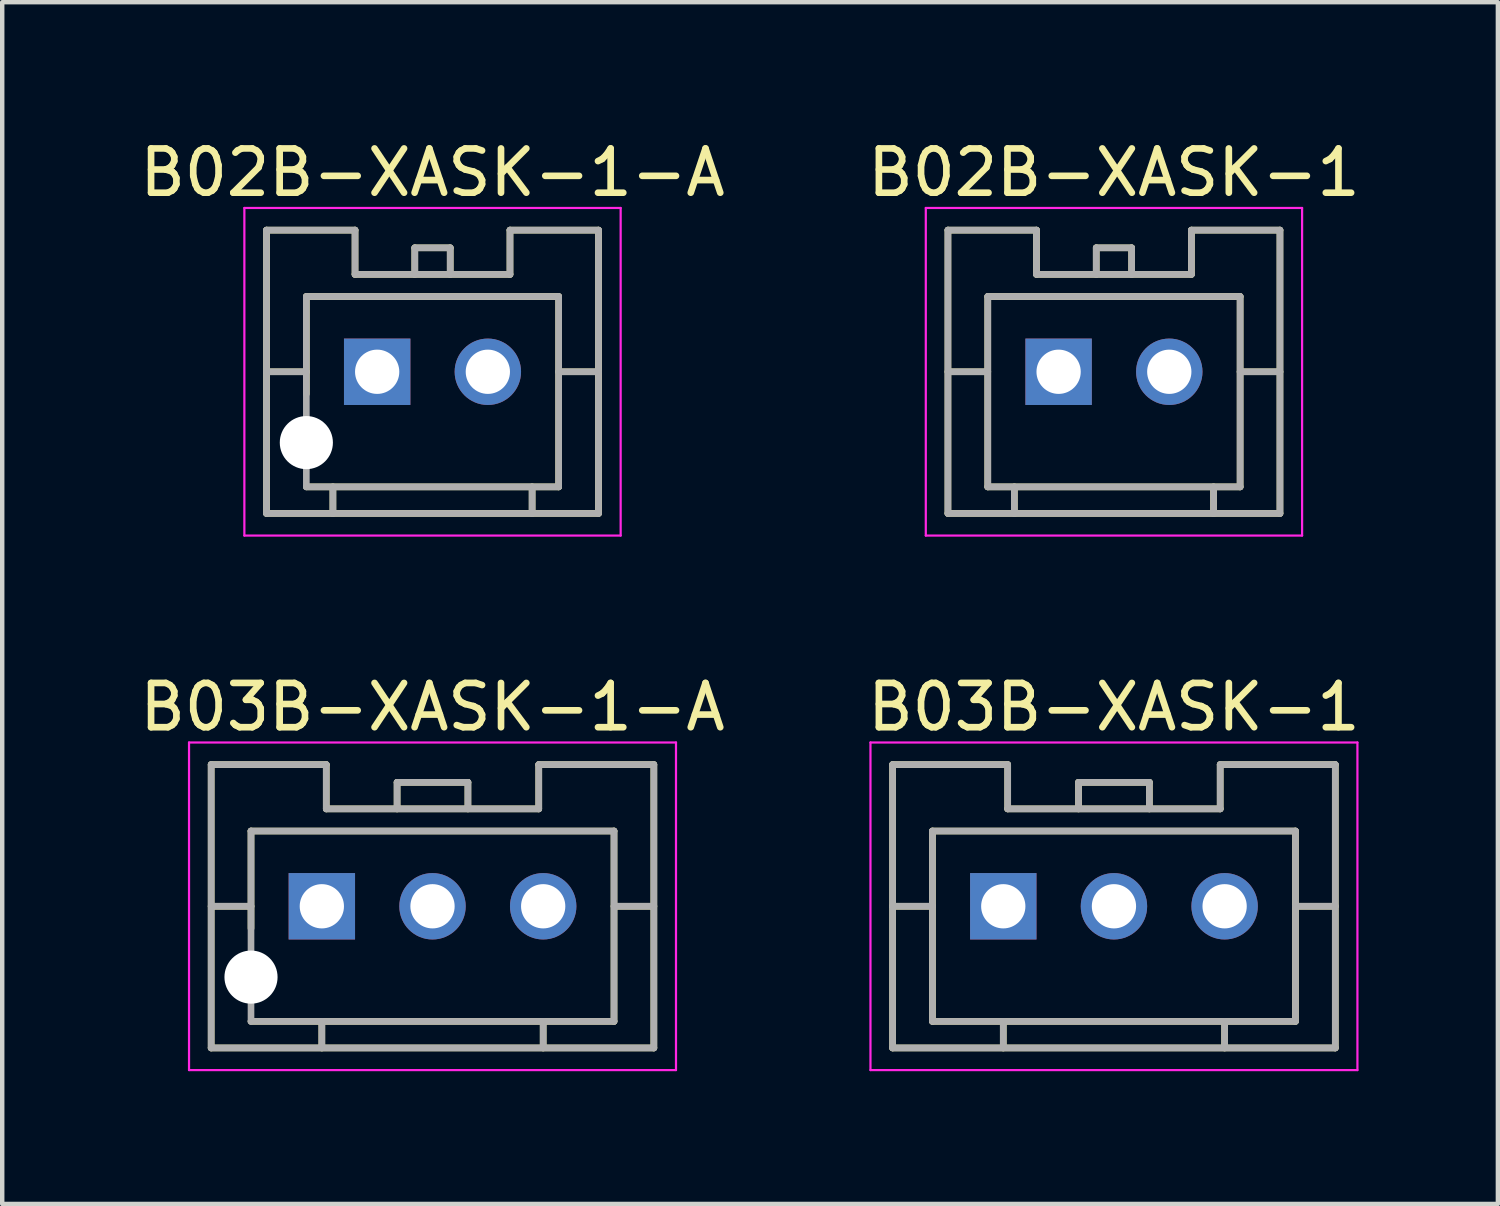
<source format=kicad_pcb>
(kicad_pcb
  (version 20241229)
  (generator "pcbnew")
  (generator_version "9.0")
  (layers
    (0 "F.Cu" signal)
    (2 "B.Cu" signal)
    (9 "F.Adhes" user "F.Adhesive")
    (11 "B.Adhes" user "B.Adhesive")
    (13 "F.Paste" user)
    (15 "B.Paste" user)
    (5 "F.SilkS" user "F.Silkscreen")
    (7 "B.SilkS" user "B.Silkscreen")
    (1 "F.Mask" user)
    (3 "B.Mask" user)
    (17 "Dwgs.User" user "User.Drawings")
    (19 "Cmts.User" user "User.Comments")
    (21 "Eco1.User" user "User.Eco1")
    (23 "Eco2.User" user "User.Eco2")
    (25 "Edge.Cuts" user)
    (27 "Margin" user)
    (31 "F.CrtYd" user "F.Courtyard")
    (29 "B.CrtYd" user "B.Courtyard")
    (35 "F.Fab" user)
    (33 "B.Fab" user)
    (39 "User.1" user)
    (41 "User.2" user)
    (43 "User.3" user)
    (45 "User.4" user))
  (footprint "B02B-XASK-1-A"
    (layer "F.Cu")
    (at 6.72 5.348)
    (property "Reference" "B02B-XASK-1-A" (at 0 -4.5 0) (layer "F.SilkS") (effects (font (size 1 1) (thickness 0.15))))
    (attr smd)
    (fp_line (start -3.75 -3.2) (end -3.75 3.2) (stroke (width 0.15) (type solid)) (layer "F.SilkS"))
    (fp_line (start -3.75 -3.2) (end -1.75 -3.2) (stroke (width 0.15) (type solid)) (layer "F.SilkS"))
    (fp_line (start -3.75 0) (end -2.85 0) (stroke (width 0.15) (type solid)) (layer "F.SilkS"))
    (fp_line (start -3.75 3.2) (end 3.75 3.2) (stroke (width 0.15) (type solid)) (layer "F.SilkS"))
    (fp_line (start -2.85 -1.7) (end -2.85 0.5) (stroke (width 0.15) (type solid)) (layer "F.SilkS"))
    (fp_line (start -2.85 -1.7) (end 2.85 -1.7) (stroke (width 0.15) (type solid)) (layer "F.SilkS"))
    (fp_line (start -2.85 2.6) (end 2.85 2.6) (stroke (width 0.15) (type solid)) (layer "F.SilkS"))
    (fp_line (start -2.25 2.6) (end -2.25 3.2) (stroke (width 0.15) (type solid)) (layer "F.SilkS"))
    (fp_line (start -1.75 -3.2) (end -1.75 -2.2) (stroke (width 0.15) (type solid)) (layer "F.SilkS"))
    (fp_line (start -1.75 -2.2) (end 1.75 -2.2) (stroke (width 0.15) (type solid)) (layer "F.SilkS"))
    (fp_line (start -0.4 -2.8) (end -0.4 -2.2) (stroke (width 0.15) (type solid)) (layer "F.SilkS"))
    (fp_line (start -0.4 -2.8) (end 0.4 -2.8) (stroke (width 0.15) (type solid)) (layer "F.SilkS"))
    (fp_line (start 0.4 -2.8) (end 0.4 -2.2) (stroke (width 0.15) (type solid)) (layer "F.SilkS"))
    (fp_line (start 1.75 -3.2) (end 1.75 -2.2) (stroke (width 0.15) (type solid)) (layer "F.SilkS"))
    (fp_line (start 1.75 -3.2) (end 3.75 -3.2) (stroke (width 0.15) (type solid)) (layer "F.SilkS"))
    (fp_line (start 2.25 2.6) (end 2.25 3.2) (stroke (width 0.15) (type solid)) (layer "F.SilkS"))
    (fp_line (start 2.85 -1.7) (end 2.85 2.6) (stroke (width 0.15) (type solid)) (layer "F.SilkS"))
    (fp_line (start 2.85 0) (end 3.75 0) (stroke (width 0.15) (type solid)) (layer "F.SilkS"))
    (fp_line (start 3.75 -3.2) (end 3.75 3.2) (stroke (width 0.15) (type solid)) (layer "F.SilkS"))
    (fp_line (start -4.25 -3.7) (end -4.25 3.7) (stroke (width 0.05) (type solid)) (layer "F.CrtYd"))
    (fp_line (start -4.25 -3.7) (end 4.25 -3.7) (stroke (width 0.05) (type solid)) (layer "F.CrtYd"))
    (fp_line (start -4.25 3.7) (end 4.25 3.7) (stroke (width 0.05) (type solid)) (layer "F.CrtYd"))
    (fp_line (start 4.25 -3.7) (end 4.25 3.7) (stroke (width 0.05) (type solid)) (layer "F.CrtYd"))
    (fp_line (start -3.75 -3.2) (end -3.75 3.2) (stroke (width 0.15) (type solid)) (layer "F.Fab"))
    (fp_line (start -3.75 -3.2) (end -1.75 -3.2) (stroke (width 0.15) (type solid)) (layer "F.Fab"))
    (fp_line (start -3.75 0) (end -2.85 0) (stroke (width 0.15) (type solid)) (layer "F.Fab"))
    (fp_line (start -3.75 3.2) (end 3.75 3.2) (stroke (width 0.15) (type solid)) (layer "F.Fab"))
    (fp_line (start -2.85 -1.7) (end -2.85 2.6) (stroke (width 0.15) (type solid)) (layer "F.Fab"))
    (fp_line (start -2.85 -1.7) (end 2.85 -1.7) (stroke (width 0.15) (type solid)) (layer "F.Fab"))
    (fp_line (start -2.85 2.6) (end 2.85 2.6) (stroke (width 0.15) (type solid)) (layer "F.Fab"))
    (fp_line (start -2.25 2.6) (end -2.25 3.2) (stroke (width 0.15) (type solid)) (layer "F.Fab"))
    (fp_line (start -1.75 -3.2) (end -1.75 -2.2) (stroke (width 0.15) (type solid)) (layer "F.Fab"))
    (fp_line (start -1.75 -2.2) (end 1.75 -2.2) (stroke (width 0.15) (type solid)) (layer "F.Fab"))
    (fp_line (start -0.4 -2.8) (end -0.4 -2.2) (stroke (width 0.15) (type solid)) (layer "F.Fab"))
    (fp_line (start -0.4 -2.8) (end 0.4 -2.8) (stroke (width 0.15) (type solid)) (layer "F.Fab"))
    (fp_line (start 0.4 -2.8) (end 0.4 -2.2) (stroke (width 0.15) (type solid)) (layer "F.Fab"))
    (fp_line (start 1.75 -3.2) (end 1.75 -2.2) (stroke (width 0.15) (type solid)) (layer "F.Fab"))
    (fp_line (start 1.75 -3.2) (end 3.75 -3.2) (stroke (width 0.15) (type solid)) (layer "F.Fab"))
    (fp_line (start 2.25 2.6) (end 2.25 3.2) (stroke (width 0.15) (type solid)) (layer "F.Fab"))
    (fp_line (start 2.85 -1.7) (end 2.85 2.6) (stroke (width 0.15) (type solid)) (layer "F.Fab"))
    (fp_line (start 2.85 0) (end 3.75 0) (stroke (width 0.15) (type solid)) (layer "F.Fab"))
    (fp_line (start 3.75 -3.2) (end 3.75 3.2) (stroke (width 0.15) (type solid)) (layer "F.Fab"))
    (pad "" np_thru_hole circle (at -2.85 1.6) (size 1.2 1.2) (drill 1.2) (layers "*.Cu" "*.Mask"))
    (pad "1" thru_hole rect (at -1.25 0) (size 1.5 1.5) (drill 1) (layers "*.Cu" "*.Mask"))
    (pad "2" thru_hole circle (at 1.25 0) (size 1.5 1.5) (drill 1) (layers "*.Cu" "*.Mask")))
  (footprint "B03B-XASK-1"
    (layer "F.Cu")
    (at 22.113 17.422)
    (property "Reference" "B03B-XASK-1" (at 0 -4.5 0) (layer "F.SilkS") (effects (font (size 1 1) (thickness 0.15))))
    (attr smd)
    (fp_line (start -5 -3.2) (end -5 3.2) (stroke (width 0.15) (type solid)) (layer "F.SilkS"))
    (fp_line (start -5 -3.2) (end -2.4 -3.2) (stroke (width 0.15) (type solid)) (layer "F.SilkS"))
    (fp_line (start -5 0) (end -4.1 0) (stroke (width 0.15) (type solid)) (layer "F.SilkS"))
    (fp_line (start -5 3.2) (end 5 3.2) (stroke (width 0.15) (type solid)) (layer "F.SilkS"))
    (fp_line (start -4.1 -1.7) (end -4.1 2.6) (stroke (width 0.15) (type solid)) (layer "F.SilkS"))
    (fp_line (start -4.1 -1.7) (end 4.1 -1.7) (stroke (width 0.15) (type solid)) (layer "F.SilkS"))
    (fp_line (start -4.1 2.6) (end 4.1 2.6) (stroke (width 0.15) (type solid)) (layer "F.SilkS"))
    (fp_line (start -2.5 2.6) (end -2.5 3.2) (stroke (width 0.15) (type solid)) (layer "F.SilkS"))
    (fp_line (start -2.4 -3.2) (end -2.4 -2.2) (stroke (width 0.15) (type solid)) (layer "F.SilkS"))
    (fp_line (start -2.4 -2.2) (end 2.4 -2.2) (stroke (width 0.15) (type solid)) (layer "F.SilkS"))
    (fp_line (start -0.8 -2.8) (end -0.8 -2.2) (stroke (width 0.15) (type solid)) (layer "F.SilkS"))
    (fp_line (start -0.8 -2.8) (end 0.8 -2.8) (stroke (width 0.15) (type solid)) (layer "F.SilkS"))
    (fp_line (start 0.8 -2.8) (end 0.8 -2.2) (stroke (width 0.15) (type solid)) (layer "F.SilkS"))
    (fp_line (start 2.4 -3.2) (end 2.4 -2.2) (stroke (width 0.15) (type solid)) (layer "F.SilkS"))
    (fp_line (start 2.4 -3.2) (end 5 -3.2) (stroke (width 0.15) (type solid)) (layer "F.SilkS"))
    (fp_line (start 2.5 2.6) (end 2.5 3.2) (stroke (width 0.15) (type solid)) (layer "F.SilkS"))
    (fp_line (start 4.1 -1.7) (end 4.1 2.6) (stroke (width 0.15) (type solid)) (layer "F.SilkS"))
    (fp_line (start 4.1 0) (end 5 0) (stroke (width 0.15) (type solid)) (layer "F.SilkS"))
    (fp_line (start 5 -3.2) (end 5 3.2) (stroke (width 0.15) (type solid)) (layer "F.SilkS"))
    (fp_line (start -5.5 -3.7) (end -5.5 3.7) (stroke (width 0.05) (type solid)) (layer "F.CrtYd"))
    (fp_line (start -5.5 -3.7) (end 5.5 -3.7) (stroke (width 0.05) (type solid)) (layer "F.CrtYd"))
    (fp_line (start -5.5 3.7) (end 5.5 3.7) (stroke (width 0.05) (type solid)) (layer "F.CrtYd"))
    (fp_line (start 5.5 -3.7) (end 5.5 3.7) (stroke (width 0.05) (type solid)) (layer "F.CrtYd"))
    (fp_line (start -5 -3.2) (end -5 3.2) (stroke (width 0.15) (type solid)) (layer "F.Fab"))
    (fp_line (start -5 -3.2) (end -2.4 -3.2) (stroke (width 0.15) (type solid)) (layer "F.Fab"))
    (fp_line (start -5 0) (end -4.1 0) (stroke (width 0.15) (type solid)) (layer "F.Fab"))
    (fp_line (start -5 3.2) (end 5 3.2) (stroke (width 0.15) (type solid)) (layer "F.Fab"))
    (fp_line (start -4.1 -1.7) (end -4.1 2.6) (stroke (width 0.15) (type solid)) (layer "F.Fab"))
    (fp_line (start -4.1 -1.7) (end 4.1 -1.7) (stroke (width 0.15) (type solid)) (layer "F.Fab"))
    (fp_line (start -4.1 2.6) (end 4.1 2.6) (stroke (width 0.15) (type solid)) (layer "F.Fab"))
    (fp_line (start -2.5 2.6) (end -2.5 3.2) (stroke (width 0.15) (type solid)) (layer "F.Fab"))
    (fp_line (start -2.4 -3.2) (end -2.4 -2.2) (stroke (width 0.15) (type solid)) (layer "F.Fab"))
    (fp_line (start -2.4 -2.2) (end 2.4 -2.2) (stroke (width 0.15) (type solid)) (layer "F.Fab"))
    (fp_line (start -0.8 -2.8) (end -0.8 -2.2) (stroke (width 0.15) (type solid)) (layer "F.Fab"))
    (fp_line (start -0.8 -2.8) (end 0.8 -2.8) (stroke (width 0.15) (type solid)) (layer "F.Fab"))
    (fp_line (start 0.8 -2.8) (end 0.8 -2.2) (stroke (width 0.15) (type solid)) (layer "F.Fab"))
    (fp_line (start 2.4 -3.2) (end 2.4 -2.2) (stroke (width 0.15) (type solid)) (layer "F.Fab"))
    (fp_line (start 2.4 -3.2) (end 5 -3.2) (stroke (width 0.15) (type solid)) (layer "F.Fab"))
    (fp_line (start 2.5 2.6) (end 2.5 3.2) (stroke (width 0.15) (type solid)) (layer "F.Fab"))
    (fp_line (start 4.1 -1.7) (end 4.1 2.6) (stroke (width 0.15) (type solid)) (layer "F.Fab"))
    (fp_line (start 4.1 0) (end 5 0) (stroke (width 0.15) (type solid)) (layer "F.Fab"))
    (fp_line (start 5 -3.2) (end 5 3.2) (stroke (width 0.15) (type solid)) (layer "F.Fab"))
    (pad "1" thru_hole rect (at -2.5 0) (size 1.5 1.5) (drill 1) (layers "*.Cu" "*.Mask"))
    (pad "2" thru_hole circle (at 0 0) (size 1.5 1.5) (drill 1) (layers "*.Cu" "*.Mask"))
    (pad "3" thru_hole circle (at 2.5 0) (size 1.5 1.5) (drill 1) (layers "*.Cu" "*.Mask")))
  (footprint "B02B-XASK-1"
    (layer "F.Cu")
    (at 22.113 5.348)
    (property "Reference" "B02B-XASK-1" (at 0 -4.5 0) (layer "F.SilkS") (effects (font (size 1 1) (thickness 0.15))))
    (attr smd)
    (fp_line (start -3.75 -3.2) (end -3.75 3.2) (stroke (width 0.15) (type solid)) (layer "F.SilkS"))
    (fp_line (start -3.75 -3.2) (end -1.75 -3.2) (stroke (width 0.15) (type solid)) (layer "F.SilkS"))
    (fp_line (start -3.75 0) (end -2.85 0) (stroke (width 0.15) (type solid)) (layer "F.SilkS"))
    (fp_line (start -3.75 3.2) (end 3.75 3.2) (stroke (width 0.15) (type solid)) (layer "F.SilkS"))
    (fp_line (start -2.85 -1.7) (end -2.85 2.6) (stroke (width 0.15) (type solid)) (layer "F.SilkS"))
    (fp_line (start -2.85 -1.7) (end 2.85 -1.7) (stroke (width 0.15) (type solid)) (layer "F.SilkS"))
    (fp_line (start -2.85 2.6) (end 2.85 2.6) (stroke (width 0.15) (type solid)) (layer "F.SilkS"))
    (fp_line (start -2.25 2.6) (end -2.25 3.2) (stroke (width 0.15) (type solid)) (layer "F.SilkS"))
    (fp_line (start -1.75 -3.2) (end -1.75 -2.2) (stroke (width 0.15) (type solid)) (layer "F.SilkS"))
    (fp_line (start -1.75 -2.2) (end 1.75 -2.2) (stroke (width 0.15) (type solid)) (layer "F.SilkS"))
    (fp_line (start -0.4 -2.8) (end -0.4 -2.2) (stroke (width 0.15) (type solid)) (layer "F.SilkS"))
    (fp_line (start -0.4 -2.8) (end 0.4 -2.8) (stroke (width 0.15) (type solid)) (layer "F.SilkS"))
    (fp_line (start 0.4 -2.8) (end 0.4 -2.2) (stroke (width 0.15) (type solid)) (layer "F.SilkS"))
    (fp_line (start 1.75 -3.2) (end 1.75 -2.2) (stroke (width 0.15) (type solid)) (layer "F.SilkS"))
    (fp_line (start 1.75 -3.2) (end 3.75 -3.2) (stroke (width 0.15) (type solid)) (layer "F.SilkS"))
    (fp_line (start 2.25 2.6) (end 2.25 3.2) (stroke (width 0.15) (type solid)) (layer "F.SilkS"))
    (fp_line (start 2.85 -1.7) (end 2.85 2.6) (stroke (width 0.15) (type solid)) (layer "F.SilkS"))
    (fp_line (start 2.85 0) (end 3.75 0) (stroke (width 0.15) (type solid)) (layer "F.SilkS"))
    (fp_line (start 3.75 -3.2) (end 3.75 3.2) (stroke (width 0.15) (type solid)) (layer "F.SilkS"))
    (fp_line (start -4.25 -3.7) (end -4.25 3.7) (stroke (width 0.05) (type solid)) (layer "F.CrtYd"))
    (fp_line (start -4.25 -3.7) (end 4.25 -3.7) (stroke (width 0.05) (type solid)) (layer "F.CrtYd"))
    (fp_line (start -4.25 3.7) (end 4.25 3.7) (stroke (width 0.05) (type solid)) (layer "F.CrtYd"))
    (fp_line (start 4.25 -3.7) (end 4.25 3.7) (stroke (width 0.05) (type solid)) (layer "F.CrtYd"))
    (fp_line (start -3.75 -3.2) (end -3.75 3.2) (stroke (width 0.15) (type solid)) (layer "F.Fab"))
    (fp_line (start -3.75 -3.2) (end -1.75 -3.2) (stroke (width 0.15) (type solid)) (layer "F.Fab"))
    (fp_line (start -3.75 0) (end -2.85 0) (stroke (width 0.15) (type solid)) (layer "F.Fab"))
    (fp_line (start -3.75 3.2) (end 3.75 3.2) (stroke (width 0.15) (type solid)) (layer "F.Fab"))
    (fp_line (start -2.85 -1.7) (end -2.85 2.6) (stroke (width 0.15) (type solid)) (layer "F.Fab"))
    (fp_line (start -2.85 -1.7) (end 2.85 -1.7) (stroke (width 0.15) (type solid)) (layer "F.Fab"))
    (fp_line (start -2.85 2.6) (end 2.85 2.6) (stroke (width 0.15) (type solid)) (layer "F.Fab"))
    (fp_line (start -2.25 2.6) (end -2.25 3.2) (stroke (width 0.15) (type solid)) (layer "F.Fab"))
    (fp_line (start -1.75 -3.2) (end -1.75 -2.2) (stroke (width 0.15) (type solid)) (layer "F.Fab"))
    (fp_line (start -1.75 -2.2) (end 1.75 -2.2) (stroke (width 0.15) (type solid)) (layer "F.Fab"))
    (fp_line (start -0.4 -2.8) (end -0.4 -2.2) (stroke (width 0.15) (type solid)) (layer "F.Fab"))
    (fp_line (start -0.4 -2.8) (end 0.4 -2.8) (stroke (width 0.15) (type solid)) (layer "F.Fab"))
    (fp_line (start 0.4 -2.8) (end 0.4 -2.2) (stroke (width 0.15) (type solid)) (layer "F.Fab"))
    (fp_line (start 1.75 -3.2) (end 1.75 -2.2) (stroke (width 0.15) (type solid)) (layer "F.Fab"))
    (fp_line (start 1.75 -3.2) (end 3.75 -3.2) (stroke (width 0.15) (type solid)) (layer "F.Fab"))
    (fp_line (start 2.25 2.6) (end 2.25 3.2) (stroke (width 0.15) (type solid)) (layer "F.Fab"))
    (fp_line (start 2.85 -1.7) (end 2.85 2.6) (stroke (width 0.15) (type solid)) (layer "F.Fab"))
    (fp_line (start 2.85 0) (end 3.75 0) (stroke (width 0.15) (type solid)) (layer "F.Fab"))
    (fp_line (start 3.75 -3.2) (end 3.75 3.2) (stroke (width 0.15) (type solid)) (layer "F.Fab"))
    (pad "1" thru_hole rect (at -1.25 0) (size 1.5 1.5) (drill 1) (layers "*.Cu" "*.Mask"))
    (pad "2" thru_hole circle (at 1.25 0) (size 1.5 1.5) (drill 1) (layers "*.Cu" "*.Mask")))
  (footprint "B03B-XASK-1-A"
    (layer "F.Cu")
    (at 6.72 17.422)
    (property "Reference" "B03B-XASK-1-A" (at 0 -4.5 0) (layer "F.SilkS") (effects (font (size 1 1) (thickness 0.15))))
    (attr smd)
    (fp_line (start -5 -3.2) (end -5 3.2) (stroke (width 0.15) (type solid)) (layer "F.SilkS"))
    (fp_line (start -5 -3.2) (end -2.4 -3.2) (stroke (width 0.15) (type solid)) (layer "F.SilkS"))
    (fp_line (start -5 0) (end -4.1 0) (stroke (width 0.15) (type solid)) (layer "F.SilkS"))
    (fp_line (start -5 3.2) (end 5 3.2) (stroke (width 0.15) (type solid)) (layer "F.SilkS"))
    (fp_line (start -4.1 -1.7) (end -4.1 0.5) (stroke (width 0.15) (type solid)) (layer "F.SilkS"))
    (fp_line (start -4.1 -1.7) (end 4.1 -1.7) (stroke (width 0.15) (type solid)) (layer "F.SilkS"))
    (fp_line (start -4.1 2.6) (end 4.1 2.6) (stroke (width 0.15) (type solid)) (layer "F.SilkS"))
    (fp_line (start -2.5 2.6) (end -2.5 3.2) (stroke (width 0.15) (type solid)) (layer "F.SilkS"))
    (fp_line (start -2.4 -3.2) (end -2.4 -2.2) (stroke (width 0.15) (type solid)) (layer "F.SilkS"))
    (fp_line (start -2.4 -2.2) (end 2.4 -2.2) (stroke (width 0.15) (type solid)) (layer "F.SilkS"))
    (fp_line (start -0.8 -2.8) (end -0.8 -2.2) (stroke (width 0.15) (type solid)) (layer "F.SilkS"))
    (fp_line (start -0.8 -2.8) (end 0.8 -2.8) (stroke (width 0.15) (type solid)) (layer "F.SilkS"))
    (fp_line (start 0.8 -2.8) (end 0.8 -2.2) (stroke (width 0.15) (type solid)) (layer "F.SilkS"))
    (fp_line (start 2.4 -3.2) (end 2.4 -2.2) (stroke (width 0.15) (type solid)) (layer "F.SilkS"))
    (fp_line (start 2.4 -3.2) (end 5 -3.2) (stroke (width 0.15) (type solid)) (layer "F.SilkS"))
    (fp_line (start 2.5 2.6) (end 2.5 3.2) (stroke (width 0.15) (type solid)) (layer "F.SilkS"))
    (fp_line (start 4.1 -1.7) (end 4.1 2.6) (stroke (width 0.15) (type solid)) (layer "F.SilkS"))
    (fp_line (start 4.1 0) (end 5 0) (stroke (width 0.15) (type solid)) (layer "F.SilkS"))
    (fp_line (start 5 -3.2) (end 5 3.2) (stroke (width 0.15) (type solid)) (layer "F.SilkS"))
    (fp_line (start -5.5 -3.7) (end -5.5 3.7) (stroke (width 0.05) (type solid)) (layer "F.CrtYd"))
    (fp_line (start -5.5 -3.7) (end 5.5 -3.7) (stroke (width 0.05) (type solid)) (layer "F.CrtYd"))
    (fp_line (start -5.5 3.7) (end 5.5 3.7) (stroke (width 0.05) (type solid)) (layer "F.CrtYd"))
    (fp_line (start 5.5 -3.7) (end 5.5 3.7) (stroke (width 0.05) (type solid)) (layer "F.CrtYd"))
    (fp_line (start -5 -3.2) (end -5 3.2) (stroke (width 0.15) (type solid)) (layer "F.Fab"))
    (fp_line (start -5 -3.2) (end -2.4 -3.2) (stroke (width 0.15) (type solid)) (layer "F.Fab"))
    (fp_line (start -5 0) (end -4.1 0) (stroke (width 0.15) (type solid)) (layer "F.Fab"))
    (fp_line (start -5 3.2) (end 5 3.2) (stroke (width 0.15) (type solid)) (layer "F.Fab"))
    (fp_line (start -4.1 -1.7) (end -4.1 2.6) (stroke (width 0.15) (type solid)) (layer "F.Fab"))
    (fp_line (start -4.1 -1.7) (end 4.1 -1.7) (stroke (width 0.15) (type solid)) (layer "F.Fab"))
    (fp_line (start -4.1 2.6) (end 4.1 2.6) (stroke (width 0.15) (type solid)) (layer "F.Fab"))
    (fp_line (start -2.5 2.6) (end -2.5 3.2) (stroke (width 0.15) (type solid)) (layer "F.Fab"))
    (fp_line (start -2.4 -3.2) (end -2.4 -2.2) (stroke (width 0.15) (type solid)) (layer "F.Fab"))
    (fp_line (start -2.4 -2.2) (end 2.4 -2.2) (stroke (width 0.15) (type solid)) (layer "F.Fab"))
    (fp_line (start -0.8 -2.8) (end -0.8 -2.2) (stroke (width 0.15) (type solid)) (layer "F.Fab"))
    (fp_line (start -0.8 -2.8) (end 0.8 -2.8) (stroke (width 0.15) (type solid)) (layer "F.Fab"))
    (fp_line (start 0.8 -2.8) (end 0.8 -2.2) (stroke (width 0.15) (type solid)) (layer "F.Fab"))
    (fp_line (start 2.4 -3.2) (end 2.4 -2.2) (stroke (width 0.15) (type solid)) (layer "F.Fab"))
    (fp_line (start 2.4 -3.2) (end 5 -3.2) (stroke (width 0.15) (type solid)) (layer "F.Fab"))
    (fp_line (start 2.5 2.6) (end 2.5 3.2) (stroke (width 0.15) (type solid)) (layer "F.Fab"))
    (fp_line (start 4.1 -1.7) (end 4.1 2.6) (stroke (width 0.15) (type solid)) (layer "F.Fab"))
    (fp_line (start 4.1 0) (end 5 0) (stroke (width 0.15) (type solid)) (layer "F.Fab"))
    (fp_line (start 5 -3.2) (end 5 3.2) (stroke (width 0.15) (type solid)) (layer "F.Fab"))
    (pad "" np_thru_hole circle (at -4.1 1.6) (size 1.2 1.2) (drill 1.2) (layers "*.Cu" "*.Mask"))
    (pad "1" thru_hole rect (at -2.5 0) (size 1.5 1.5) (drill 1) (layers "*.Cu" "*.Mask"))
    (pad "2" thru_hole circle (at 0 0) (size 1.5 1.5) (drill 1) (layers "*.Cu" "*.Mask"))
    (pad "3" thru_hole circle (at 2.5 0) (size 1.5 1.5) (drill 1) (layers "*.Cu" "*.Mask")))
  (gr_rect
    (start -3 -3)
    (end 30.786 24.146)
    (stroke (width 0.1) (type default))
    (fill no)
    (layer "Edge.Cuts")))
</source>
